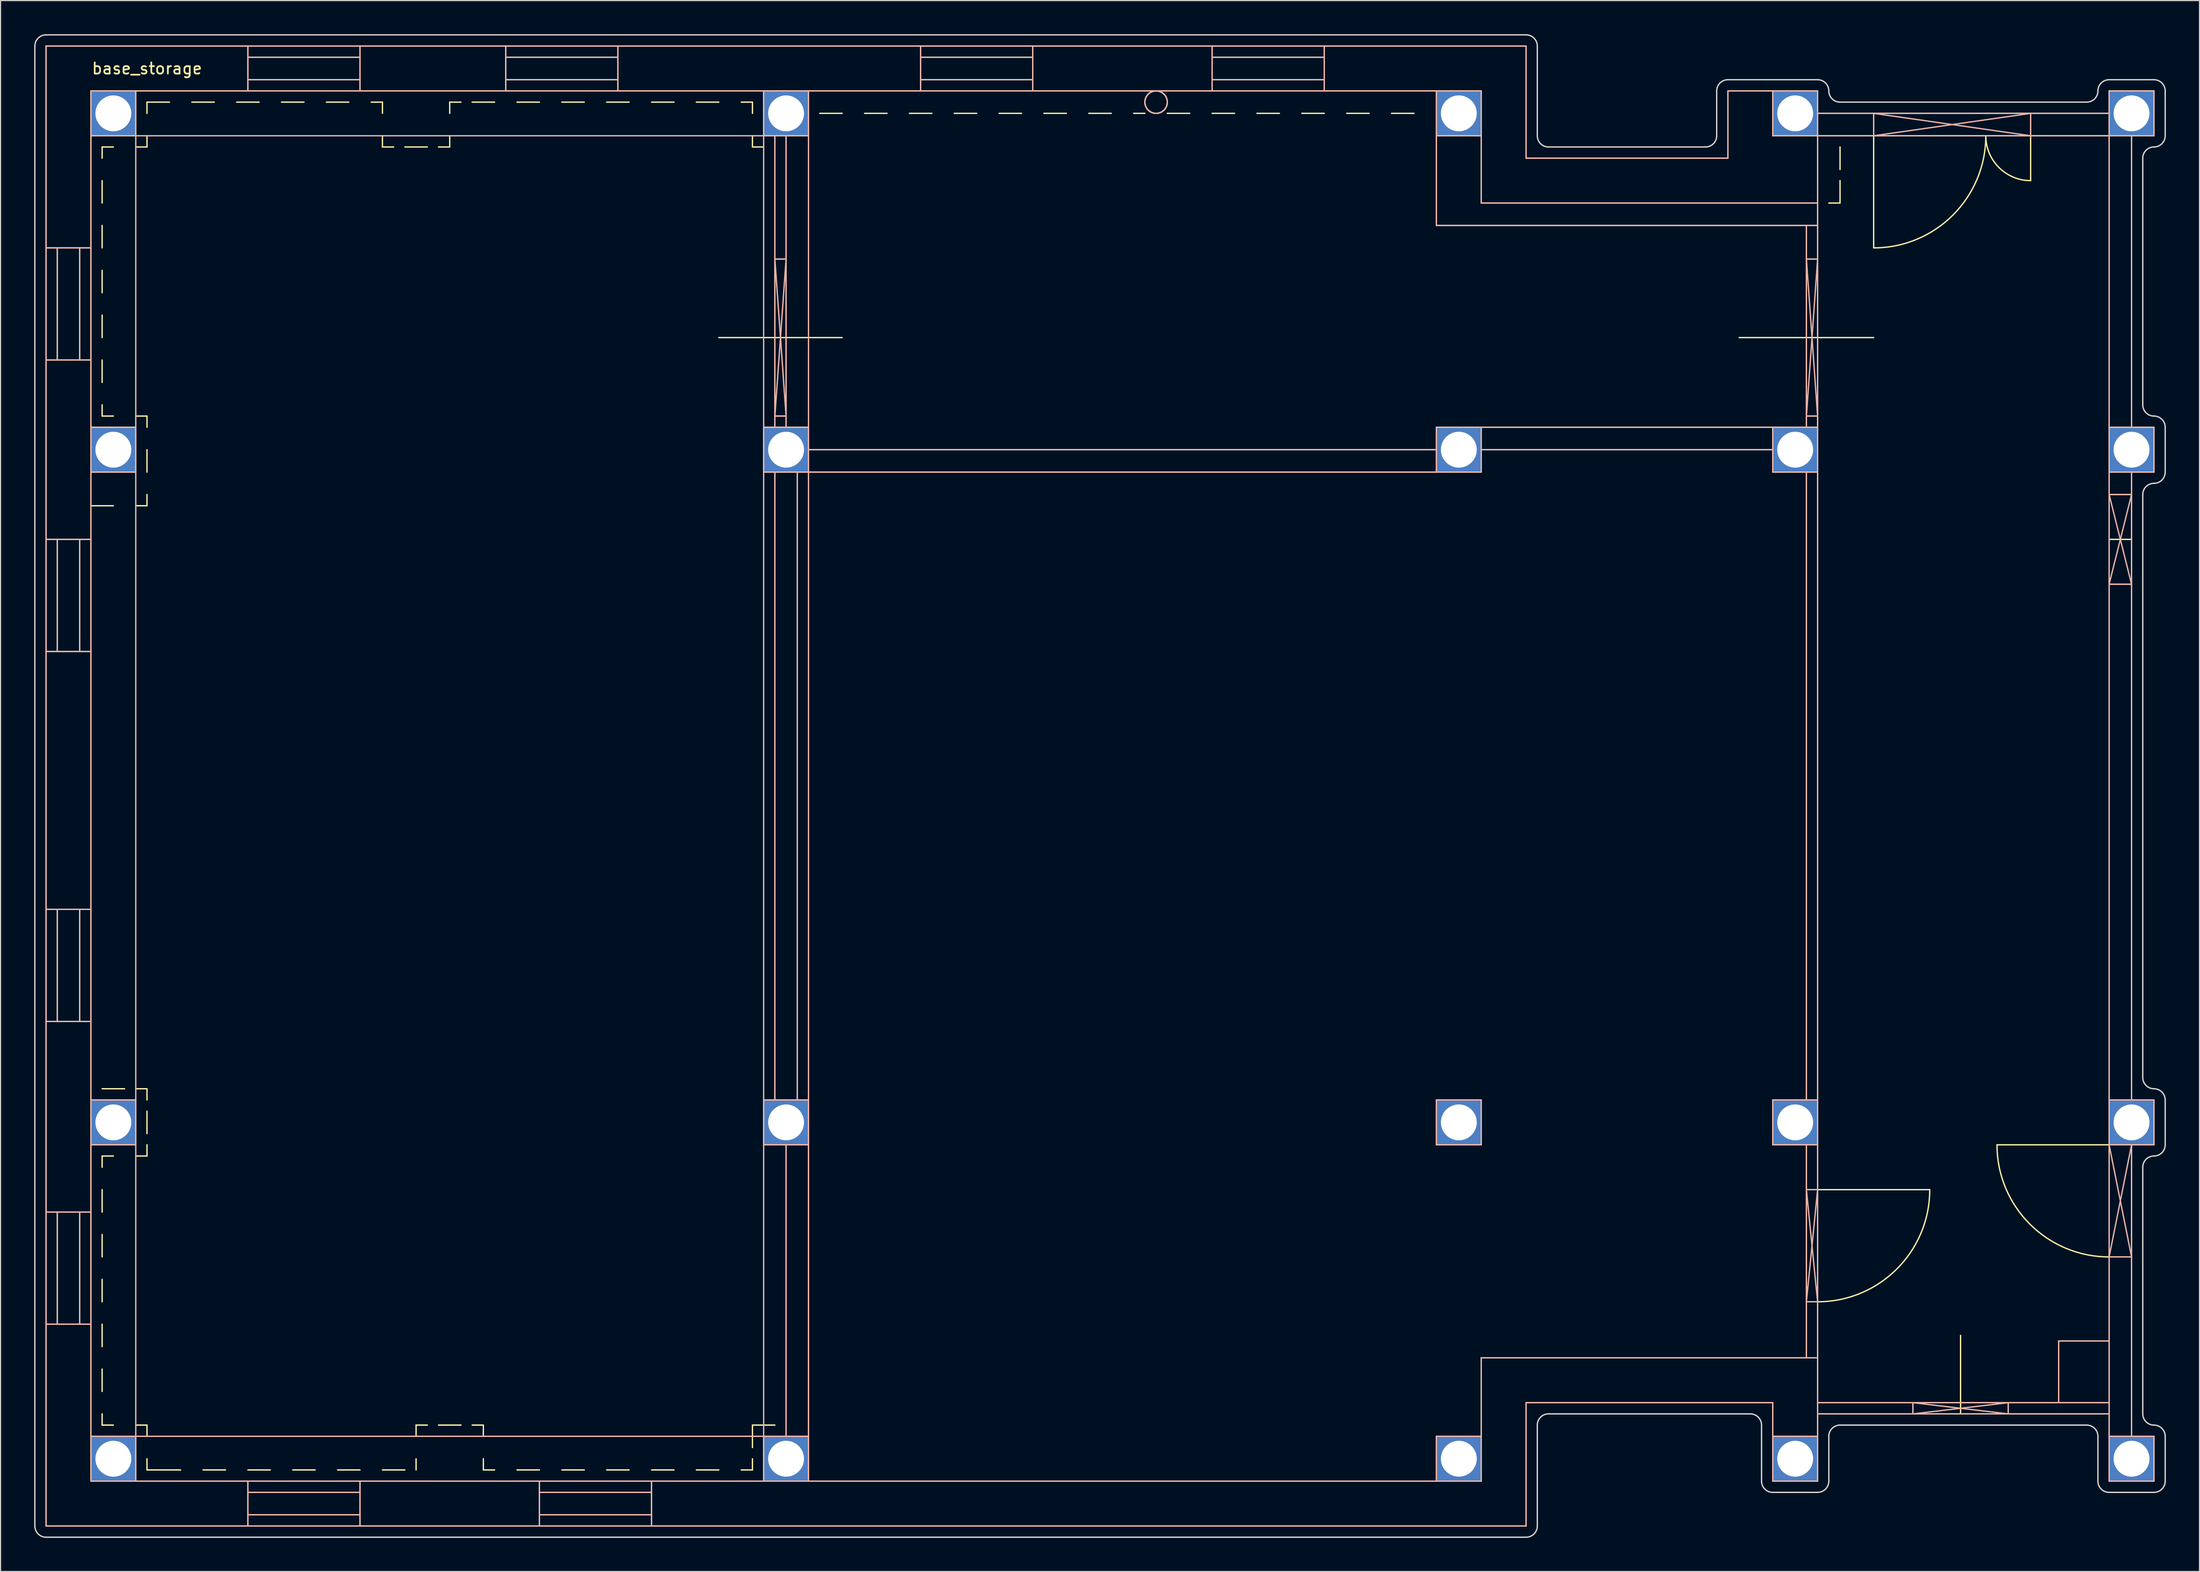
<source format=kicad_pcb>
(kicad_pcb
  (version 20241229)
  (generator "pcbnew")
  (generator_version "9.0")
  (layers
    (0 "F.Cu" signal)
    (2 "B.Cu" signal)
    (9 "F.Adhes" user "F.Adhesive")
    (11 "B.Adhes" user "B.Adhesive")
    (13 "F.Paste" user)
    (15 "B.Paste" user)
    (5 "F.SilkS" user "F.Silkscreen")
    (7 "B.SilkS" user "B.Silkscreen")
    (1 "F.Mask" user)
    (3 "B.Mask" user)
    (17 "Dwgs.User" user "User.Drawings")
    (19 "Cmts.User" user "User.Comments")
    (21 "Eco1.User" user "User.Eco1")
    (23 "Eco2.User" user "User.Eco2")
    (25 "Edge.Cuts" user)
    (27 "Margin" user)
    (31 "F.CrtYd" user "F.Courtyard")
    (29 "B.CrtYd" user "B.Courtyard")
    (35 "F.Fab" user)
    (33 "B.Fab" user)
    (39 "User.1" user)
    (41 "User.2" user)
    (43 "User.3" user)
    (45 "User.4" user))
  (footprint "base_storage"
    (layer "F.Cu")
    (at 5.06 5.06)
    (property "Reference" "base_storage" (at 0 -2 0) (unlocked yes) (layer "F.SilkS") (effects (font (size 1 1) (thickness 0.15)) (justify left)))
    (attr smd)
    (fp_poly (pts (xy 149 35) (xy 152 35) (xy 152 89) (xy 149 89) (xy 149 95) (xy 152 95) (xy 152 112) (xy 123 112) (xy 123 119) (xy 119 119) (xy 119 123) (xy 65 123) (xy 65 89) (xy 65 35) (xy 125 35) (xy 125 33) (xy 149 33)) (stroke (width 0.12) (type solid)) (fill yes) (layer "F.Mask"))
    (fp_line (start -4 -4) (end -4 128) (stroke (width 0.12) (type solid)) (layer "F.SilkS"))
    (fp_line (start -4 14) (end 0 14) (stroke (width 0.12) (type solid)) (layer "F.SilkS"))
    (fp_line (start -4 24) (end 0 24) (stroke (width 0.12) (type solid)) (layer "F.SilkS"))
    (fp_line (start -4 40) (end 0 40) (stroke (width 0.12) (type solid)) (layer "F.SilkS"))
    (fp_line (start -4 50) (end 0 50) (stroke (width 0.12) (type solid)) (layer "F.SilkS"))
    (fp_line (start -4 73) (end 0 73) (stroke (width 0.12) (type solid)) (layer "F.SilkS"))
    (fp_line (start -4 83) (end 0 83) (stroke (width 0.12) (type solid)) (layer "F.SilkS"))
    (fp_line (start -4 110) (end 0 110) (stroke (width 0.12) (type solid)) (layer "F.SilkS"))
    (fp_line (start -4 128) (end 128 128) (stroke (width 0.12) (type solid)) (layer "F.SilkS"))
    (fp_line (start -3 14) (end -3 24) (stroke (width 0.12) (type solid)) (layer "F.SilkS"))
    (fp_line (start -3 40) (end -3 50) (stroke (width 0.12) (type solid)) (layer "F.SilkS"))
    (fp_line (start -3 83) (end -3 73) (stroke (width 0.12) (type solid)) (layer "F.SilkS"))
    (fp_line (start -3 100) (end -3 110) (stroke (width 0.12) (type solid)) (layer "F.SilkS"))
    (fp_line (start -1 14) (end -1 24) (stroke (width 0.12) (type solid)) (layer "F.SilkS"))
    (fp_line (start -1 40) (end -1 50) (stroke (width 0.12) (type solid)) (layer "F.SilkS"))
    (fp_line (start -1 83) (end -1 73) (stroke (width 0.12) (type solid)) (layer "F.SilkS"))
    (fp_line (start -1 110) (end -1 100) (stroke (width 0.12) (type solid)) (layer "F.SilkS"))
    (fp_line (start 0 30) (end 0 4) (stroke (width 0.12) (type solid)) (layer "F.SilkS"))
    (fp_line (start 0 90) (end 0 34) (stroke (width 0.12) (type solid)) (layer "F.SilkS"))
    (fp_line (start 0 94) (end 0 120) (stroke (width 0.12) (type solid)) (layer "F.SilkS"))
    (fp_line (start 0 100) (end -4 100) (stroke (width 0.12) (type solid)) (layer "F.SilkS"))
    (fp_line (start 1 5) (end 1 6) (stroke (width 0.12) (type solid)) (layer "F.SilkS"))
    (fp_line (start 1 8) (end 1 10) (stroke (width 0.12) (type solid)) (layer "F.SilkS"))
    (fp_line (start 1 12) (end 1 14) (stroke (width 0.12) (type solid)) (layer "F.SilkS"))
    (fp_line (start 1 16) (end 1 18) (stroke (width 0.12) (type solid)) (layer "F.SilkS"))
    (fp_line (start 1 20) (end 1 22) (stroke (width 0.12) (type solid)) (layer "F.SilkS"))
    (fp_line (start 1 24) (end 1 26) (stroke (width 0.12) (type solid)) (layer "F.SilkS"))
    (fp_line (start 1 28) (end 1 29) (stroke (width 0.12) (type solid)) (layer "F.SilkS"))
    (fp_line (start 1 29) (end 2 29) (stroke (width 0.12) (type solid)) (layer "F.SilkS"))
    (fp_line (start 1 95) (end 2 95) (stroke (width 0.12) (type solid)) (layer "F.SilkS"))
    (fp_line (start 1 96) (end 1 95) (stroke (width 0.12) (type solid)) (layer "F.SilkS"))
    (fp_line (start 1 100) (end 1 98) (stroke (width 0.12) (type solid)) (layer "F.SilkS"))
    (fp_line (start 1 104) (end 1 102) (stroke (width 0.12) (type solid)) (layer "F.SilkS"))
    (fp_line (start 1 108) (end 1 106) (stroke (width 0.12) (type solid)) (layer "F.SilkS"))
    (fp_line (start 1 112) (end 1 110) (stroke (width 0.12) (type solid)) (layer "F.SilkS"))
    (fp_line (start 1 116) (end 1 114) (stroke (width 0.12) (type solid)) (layer "F.SilkS"))
    (fp_line (start 1 119) (end 1 118) (stroke (width 0.12) (type solid)) (layer "F.SilkS"))
    (fp_line (start 2 5) (end 1 5) (stroke (width 0.12) (type solid)) (layer "F.SilkS"))
    (fp_line (start 2 37) (end 0 37) (stroke (width 0.12) (type solid)) (layer "F.SilkS"))
    (fp_line (start 2 119) (end 1 119) (stroke (width 0.12) (type solid)) (layer "F.SilkS"))
    (fp_line (start 3 89) (end 1 89) (stroke (width 0.12) (type solid)) (layer "F.SilkS"))
    (fp_line (start 4 0) (end 60 0) (stroke (width 0.12) (type solid)) (layer "F.SilkS"))
    (fp_line (start 4 29) (end 5 29) (stroke (width 0.12) (type solid)) (layer "F.SilkS"))
    (fp_line (start 4 95) (end 5 95) (stroke (width 0.12) (type solid)) (layer "F.SilkS"))
    (fp_line (start 4 124) (end 60 124) (stroke (width 0.12) (type solid)) (layer "F.SilkS"))
    (fp_line (start 5 1) (end 5 2) (stroke (width 0.12) (type solid)) (layer "F.SilkS"))
    (fp_line (start 5 4) (end 5 5) (stroke (width 0.12) (type solid)) (layer "F.SilkS"))
    (fp_line (start 5 5) (end 4 5) (stroke (width 0.12) (type solid)) (layer "F.SilkS"))
    (fp_line (start 5 29) (end 5 30) (stroke (width 0.12) (type solid)) (layer "F.SilkS"))
    (fp_line (start 5 32) (end 5 34) (stroke (width 0.12) (type solid)) (layer "F.SilkS"))
    (fp_line (start 5 36) (end 5 37) (stroke (width 0.12) (type solid)) (layer "F.SilkS"))
    (fp_line (start 5 37) (end 4 37) (stroke (width 0.12) (type solid)) (layer "F.SilkS"))
    (fp_line (start 5 89) (end 4 89) (stroke (width 0.12) (type solid)) (layer "F.SilkS"))
    (fp_line (start 5 90) (end 5 89) (stroke (width 0.12) (type solid)) (layer "F.SilkS"))
    (fp_line (start 5 93) (end 5 91) (stroke (width 0.12) (type solid)) (layer "F.SilkS"))
    (fp_line (start 5 95) (end 5 94) (stroke (width 0.12) (type solid)) (layer "F.SilkS"))
    (fp_line (start 5 119) (end 4 119) (stroke (width 0.12) (type solid)) (layer "F.SilkS"))
    (fp_line (start 5 120) (end 5 119) (stroke (width 0.12) (type solid)) (layer "F.SilkS"))
    (fp_line (start 5 123) (end 5 122) (stroke (width 0.12) (type solid)) (layer "F.SilkS"))
    (fp_line (start 7 1) (end 5 1) (stroke (width 0.12) (type solid)) (layer "F.SilkS"))
    (fp_line (start 8 123) (end 5 123) (stroke (width 0.12) (type solid)) (layer "F.SilkS"))
    (fp_line (start 11 1) (end 9 1) (stroke (width 0.12) (type solid)) (layer "F.SilkS"))
    (fp_line (start 12 123) (end 10 123) (stroke (width 0.12) (type solid)) (layer "F.SilkS"))
    (fp_line (start 14 -4) (end 14 0) (stroke (width 0.12) (type solid)) (layer "F.SilkS"))
    (fp_line (start 14 -3) (end 24 -3) (stroke (width 0.12) (type solid)) (layer "F.SilkS"))
    (fp_line (start 14 -1) (end 24 -1) (stroke (width 0.12) (type solid)) (layer "F.SilkS"))
    (fp_line (start 14 124) (end 14 128) (stroke (width 0.12) (type solid)) (layer "F.SilkS"))
    (fp_line (start 14 125) (end 24 125) (stroke (width 0.12) (type solid)) (layer "F.SilkS"))
    (fp_line (start 15 1) (end 13 1) (stroke (width 0.12) (type solid)) (layer "F.SilkS"))
    (fp_line (start 16 123) (end 14 123) (stroke (width 0.12) (type solid)) (layer "F.SilkS"))
    (fp_line (start 19 1) (end 17 1) (stroke (width 0.12) (type solid)) (layer "F.SilkS"))
    (fp_line (start 20 123) (end 18 123) (stroke (width 0.12) (type solid)) (layer "F.SilkS"))
    (fp_line (start 23 1) (end 21 1) (stroke (width 0.12) (type solid)) (layer "F.SilkS"))
    (fp_line (start 24 -4) (end 24 0) (stroke (width 0.12) (type solid)) (layer "F.SilkS"))
    (fp_line (start 24 123) (end 22 123) (stroke (width 0.12) (type solid)) (layer "F.SilkS"))
    (fp_line (start 24 124) (end 24 128) (stroke (width 0.12) (type solid)) (layer "F.SilkS"))
    (fp_line (start 24 127) (end 14 127) (stroke (width 0.12) (type solid)) (layer "F.SilkS"))
    (fp_line (start 26 1) (end 25 1) (stroke (width 0.12) (type solid)) (layer "F.SilkS"))
    (fp_line (start 26 2) (end 26 1) (stroke (width 0.12) (type solid)) (layer "F.SilkS"))
    (fp_line (start 26 5) (end 26 4) (stroke (width 0.12) (type solid)) (layer "F.SilkS"))
    (fp_line (start 27 5) (end 26 5) (stroke (width 0.12) (type solid)) (layer "F.SilkS"))
    (fp_line (start 28 123) (end 26 123) (stroke (width 0.12) (type solid)) (layer "F.SilkS"))
    (fp_line (start 29 119) (end 29 120) (stroke (width 0.12) (type solid)) (layer "F.SilkS"))
    (fp_line (start 29 122) (end 29 123) (stroke (width 0.12) (type solid)) (layer "F.SilkS"))
    (fp_line (start 30 5) (end 28 5) (stroke (width 0.12) (type solid)) (layer "F.SilkS"))
    (fp_line (start 30 119) (end 29 119) (stroke (width 0.12) (type solid)) (layer "F.SilkS"))
    (fp_line (start 32 1) (end 32 2) (stroke (width 0.12) (type solid)) (layer "F.SilkS"))
    (fp_line (start 32 4) (end 32 5) (stroke (width 0.12) (type solid)) (layer "F.SilkS"))
    (fp_line (start 32 5) (end 31 5) (stroke (width 0.12) (type solid)) (layer "F.SilkS"))
    (fp_line (start 33 1) (end 32 1) (stroke (width 0.12) (type solid)) (layer "F.SilkS"))
    (fp_line (start 33 119) (end 31 119) (stroke (width 0.12) (type solid)) (layer "F.SilkS"))
    (fp_line (start 35 119) (end 34 119) (stroke (width 0.12) (type solid)) (layer "F.SilkS"))
    (fp_line (start 35 120) (end 35 119) (stroke (width 0.12) (type solid)) (layer "F.SilkS"))
    (fp_line (start 35 123) (end 35 122) (stroke (width 0.12) (type solid)) (layer "F.SilkS"))
    (fp_line (start 36 1) (end 34 1) (stroke (width 0.12) (type solid)) (layer "F.SilkS"))
    (fp_line (start 36 123) (end 35 123) (stroke (width 0.12) (type solid)) (layer "F.SilkS"))
    (fp_line (start 37 -4) (end 37 0) (stroke (width 0.12) (type solid)) (layer "F.SilkS"))
    (fp_line (start 37 -3) (end 47 -3) (stroke (width 0.12) (type solid)) (layer "F.SilkS"))
    (fp_line (start 37 -1) (end 47 -1) (stroke (width 0.12) (type solid)) (layer "F.SilkS"))
    (fp_line (start 40 1) (end 38 1) (stroke (width 0.12) (type solid)) (layer "F.SilkS"))
    (fp_line (start 40 123) (end 38 123) (stroke (width 0.12) (type solid)) (layer "F.SilkS"))
    (fp_line (start 40 124) (end 40 128) (stroke (width 0.12) (type solid)) (layer "F.SilkS"))
    (fp_line (start 40 125) (end 50 125) (stroke (width 0.12) (type solid)) (layer "F.SilkS"))
    (fp_line (start 44 1) (end 42 1) (stroke (width 0.12) (type solid)) (layer "F.SilkS"))
    (fp_line (start 44 123) (end 42 123) (stroke (width 0.12) (type solid)) (layer "F.SilkS"))
    (fp_line (start 47 -4) (end 47 0) (stroke (width 0.12) (type solid)) (layer "F.SilkS"))
    (fp_line (start 48 1) (end 46 1) (stroke (width 0.12) (type solid)) (layer "F.SilkS"))
    (fp_line (start 48 123) (end 46 123) (stroke (width 0.12) (type solid)) (layer "F.SilkS"))
    (fp_line (start 50 124) (end 50 128) (stroke (width 0.12) (type solid)) (layer "F.SilkS"))
    (fp_line (start 50 127) (end 40 127) (stroke (width 0.12) (type solid)) (layer "F.SilkS"))
    (fp_line (start 52 1) (end 50 1) (stroke (width 0.12) (type solid)) (layer "F.SilkS"))
    (fp_line (start 52 123) (end 50 123) (stroke (width 0.12) (type solid)) (layer "F.SilkS"))
    (fp_line (start 56 1) (end 54 1) (stroke (width 0.12) (type solid)) (layer "F.SilkS"))
    (fp_line (start 56 22) (end 67 22) (stroke (width 0.12) (type solid)) (layer "F.SilkS"))
    (fp_line (start 56 123) (end 54 123) (stroke (width 0.12) (type solid)) (layer "F.SilkS"))
    (fp_line (start 59 1) (end 58 1) (stroke (width 0.12) (type solid)) (layer "F.SilkS"))
    (fp_line (start 59 2) (end 59 1) (stroke (width 0.12) (type solid)) (layer "F.SilkS"))
    (fp_line (start 59 5) (end 59 4) (stroke (width 0.12) (type solid)) (layer "F.SilkS"))
    (fp_line (start 59 119) (end 59 121) (stroke (width 0.12) (type solid)) (layer "F.SilkS"))
    (fp_line (start 59 122) (end 59 123) (stroke (width 0.12) (type solid)) (layer "F.SilkS"))
    (fp_line (start 59 123) (end 58 123) (stroke (width 0.12) (type solid)) (layer "F.SilkS"))
    (fp_line (start 60 5) (end 59 5) (stroke (width 0.12) (type solid)) (layer "F.SilkS"))
    (fp_line (start 61 4) (end 61 30) (stroke (width 0.12) (type solid)) (layer "F.SilkS"))
    (fp_line (start 61 29) (end 62 29) (stroke (width 0.12) (type solid)) (layer "F.SilkS"))
    (fp_line (start 61 34) (end 61 90) (stroke (width 0.12) (type solid)) (layer "F.SilkS"))
    (fp_line (start 61 119) (end 59 119) (stroke (width 0.12) (type solid)) (layer "F.SilkS"))
    (fp_line (start 62 15) (end 61 15) (stroke (width 0.12) (type solid)) (layer "F.SilkS"))
    (fp_line (start 62 30) (end 62 4) (stroke (width 0.12) (type solid)) (layer "F.SilkS"))
    (fp_line (start 62 94) (end 62 120) (stroke (width 0.12) (type solid)) (layer "F.SilkS"))
    (fp_line (start 63 90) (end 63 34) (stroke (width 0.12) (type solid)) (layer "F.SilkS"))
    (fp_line (start 64 0) (end 120 0) (stroke (width 0.12) (type solid)) (layer "F.SilkS"))
    (fp_line (start 64 34) (end 120 34) (stroke (width 0.12) (type solid)) (layer "F.SilkS"))
    (fp_line (start 64 120) (end 64 94) (stroke (width 0.12) (type solid)) (layer "F.SilkS"))
    (fp_line (start 64 124) (end 120 124) (stroke (width 0.12) (type solid)) (layer "F.SilkS"))
    (fp_line (start 65 2) (end 67 2) (stroke (width 0.12) (type solid)) (layer "F.SilkS"))
    (fp_line (start 69 2) (end 71 2) (stroke (width 0.12) (type solid)) (layer "F.SilkS"))
    (fp_line (start 73 2) (end 75 2) (stroke (width 0.12) (type solid)) (layer "F.SilkS"))
    (fp_line (start 74 -4) (end 74 0) (stroke (width 0.12) (type solid)) (layer "F.SilkS"))
    (fp_line (start 74 -3) (end 84 -3) (stroke (width 0.12) (type solid)) (layer "F.SilkS"))
    (fp_line (start 74 -1) (end 84 -1) (stroke (width 0.12) (type solid)) (layer "F.SilkS"))
    (fp_line (start 77 2) (end 79 2) (stroke (width 0.12) (type solid)) (layer "F.SilkS"))
    (fp_line (start 81 2) (end 83 2) (stroke (width 0.12) (type solid)) (layer "F.SilkS"))
    (fp_line (start 84 -4) (end 84 0) (stroke (width 0.12) (type solid)) (layer "F.SilkS"))
    (fp_line (start 85 2) (end 87 2) (stroke (width 0.12) (type solid)) (layer "F.SilkS"))
    (fp_line (start 89 2) (end 91 2) (stroke (width 0.12) (type solid)) (layer "F.SilkS"))
    (fp_line (start 93 2) (end 94 2) (stroke (width 0.12) (type solid)) (layer "F.SilkS"))
    (fp_line (start 98 2) (end 96 2) (stroke (width 0.12) (type solid)) (layer "F.SilkS"))
    (fp_line (start 100 -4) (end 100 0) (stroke (width 0.12) (type solid)) (layer "F.SilkS"))
    (fp_line (start 100 -3) (end 110 -3) (stroke (width 0.12) (type solid)) (layer "F.SilkS"))
    (fp_line (start 100 -1) (end 110 -1) (stroke (width 0.12) (type solid)) (layer "F.SilkS"))
    (fp_line (start 102 2) (end 100 2) (stroke (width 0.12) (type solid)) (layer "F.SilkS"))
    (fp_line (start 106 2) (end 104 2) (stroke (width 0.12) (type solid)) (layer "F.SilkS"))
    (fp_line (start 110 -4) (end 110 0) (stroke (width 0.12) (type solid)) (layer "F.SilkS"))
    (fp_line (start 110 2) (end 108 2) (stroke (width 0.12) (type solid)) (layer "F.SilkS"))
    (fp_line (start 114 2) (end 112 2) (stroke (width 0.12) (type solid)) (layer "F.SilkS"))
    (fp_line (start 118 2) (end 116 2) (stroke (width 0.12) (type solid)) (layer "F.SilkS"))
    (fp_line (start 120 4) (end 120 12) (stroke (width 0.12) (type solid)) (layer "F.SilkS"))
    (fp_line (start 120 12) (end 154 12) (stroke (width 0.12) (type solid)) (layer "F.SilkS"))
    (fp_line (start 120 32) (end 64 32) (stroke (width 0.12) (type solid)) (layer "F.SilkS"))
    (fp_line (start 124 4) (end 124 10) (stroke (width 0.12) (type solid)) (layer "F.SilkS"))
    (fp_line (start 124 10) (end 154 10) (stroke (width 0.12) (type solid)) (layer "F.SilkS"))
    (fp_line (start 124 32) (end 150 32) (stroke (width 0.12) (type solid)) (layer "F.SilkS"))
    (fp_line (start 124 113) (end 154 113) (stroke (width 0.12) (type solid)) (layer "F.SilkS"))
    (fp_line (start 124 120) (end 124 113) (stroke (width 0.12) (type solid)) (layer "F.SilkS"))
    (fp_line (start 128 -4) (end -4 -4) (stroke (width 0.12) (type solid)) (layer "F.SilkS"))
    (fp_line (start 128 -4) (end 128 6) (stroke (width 0.12) (type solid)) (layer "F.SilkS"))
    (fp_line (start 128 6) (end 146 6) (stroke (width 0.12) (type solid)) (layer "F.SilkS"))
    (fp_line (start 128 117) (end 150 117) (stroke (width 0.12) (type solid)) (layer "F.SilkS"))
    (fp_line (start 128 128) (end 128 117) (stroke (width 0.12) (type solid)) (layer "F.SilkS"))
    (fp_line (start 146 6) (end 146 0) (stroke (width 0.12) (type solid)) (layer "F.SilkS"))
    (fp_line (start 147 22) (end 159 22) (stroke (width 0.12) (type solid)) (layer "F.SilkS"))
    (fp_line (start 150 0) (end 146 0) (stroke (width 0.12) (type solid)) (layer "F.SilkS"))
    (fp_line (start 150 30) (end 124 30) (stroke (width 0.12) (type solid)) (layer "F.SilkS"))
    (fp_line (start 150 117) (end 150 120) (stroke (width 0.12) (type solid)) (layer "F.SilkS"))
    (fp_line (start 153 12) (end 153 30) (stroke (width 0.12) (type solid)) (layer "F.SilkS"))
    (fp_line (start 153 29) (end 154 29) (stroke (width 0.12) (type solid)) (layer "F.SilkS"))
    (fp_line (start 153 34) (end 153 90) (stroke (width 0.12) (type solid)) (layer "F.SilkS"))
    (fp_line (start 153 94) (end 153 113) (stroke (width 0.12) (type solid)) (layer "F.SilkS"))
    (fp_line (start 153 98) (end 154 98) (stroke (width 0.12) (type solid)) (layer "F.SilkS"))
    (fp_line (start 154 2) (end 180 2) (stroke (width 0.12) (type solid)) (layer "F.SilkS"))
    (fp_line (start 154 4) (end 180 4) (stroke (width 0.12) (type solid)) (layer "F.SilkS"))
    (fp_line (start 154 15) (end 153 15) (stroke (width 0.12) (type solid)) (layer "F.SilkS"))
    (fp_line (start 154 30) (end 154 4) (stroke (width 0.12) (type solid)) (layer "F.SilkS"))
    (fp_line (start 154 34) (end 154 90) (stroke (width 0.12) (type solid)) (layer "F.SilkS"))
    (fp_line (start 154 98) (end 164 98) (stroke (width 0.12) (type solid)) (layer "F.SilkS"))
    (fp_line (start 154 108) (end 153 108) (stroke (width 0.12) (type solid)) (layer "F.SilkS"))
    (fp_line (start 154 117) (end 180 117) (stroke (width 0.12) (type solid)) (layer "F.SilkS"))
    (fp_line (start 154 118) (end 180 118) (stroke (width 0.12) (type solid)) (layer "F.SilkS"))
    (fp_line (start 154 120) (end 154 94) (stroke (width 0.12) (type solid)) (layer "F.SilkS"))
    (fp_line (start 155 10) (end 156 10) (stroke (width 0.12) (type solid)) (layer "F.SilkS"))
    (fp_line (start 156 7) (end 156 5) (stroke (width 0.12) (type solid)) (layer "F.SilkS"))
    (fp_line (start 156 10) (end 156 8) (stroke (width 0.12) (type solid)) (layer "F.SilkS"))
    (fp_line (start 159 2) (end 159 4) (stroke (width 0.12) (type solid)) (layer "F.SilkS"))
    (fp_line (start 159 14) (end 159 4) (stroke (width 0.12) (type solid)) (layer "F.SilkS"))
    (fp_line (start 162.5 118) (end 162.5 117) (stroke (width 0.12) (type solid)) (layer "F.SilkS"))
    (fp_line (start 166.75 111) (end 166.75 117) (stroke (width 0.12) (type solid)) (layer "F.SilkS"))
    (fp_line (start 166.75 117) (end 166.75 118) (stroke (width 0.12) (type solid)) (layer "F.SilkS"))
    (fp_line (start 171 117) (end 171 118) (stroke (width 0.12) (type solid)) (layer "F.SilkS"))
    (fp_line (start 173 2) (end 173 4) (stroke (width 0.12) (type solid)) (layer "F.SilkS"))
    (fp_line (start 173 4) (end 173 8) (stroke (width 0.12) (type solid)) (layer "F.SilkS"))
    (fp_line (start 175.5 111.5) (end 180 111.5) (stroke (width 0.12) (type solid)) (layer "F.SilkS"))
    (fp_line (start 175.5 117) (end 175.5 111.5) (stroke (width 0.12) (type solid)) (layer "F.SilkS"))
    (fp_line (start 180 4) (end 180 30) (stroke (width 0.12) (type solid)) (layer "F.SilkS"))
    (fp_line (start 180 36) (end 182 36) (stroke (width 0.12) (type solid)) (layer "F.SilkS"))
    (fp_line (start 180 40) (end 182 40) (stroke (width 0.12) (type solid)) (layer "F.SilkS"))
    (fp_line (start 180 44) (end 182 44) (stroke (width 0.12) (type solid)) (layer "F.SilkS"))
    (fp_line (start 180 90) (end 180 34) (stroke (width 0.12) (type solid)) (layer "F.SilkS"))
    (fp_line (start 180 94) (end 170 94) (stroke (width 0.12) (type solid)) (layer "F.SilkS"))
    (fp_line (start 180 94) (end 180 120) (stroke (width 0.12) (type solid)) (layer "F.SilkS"))
    (fp_line (start 180 104) (end 182 104) (stroke (width 0.12) (type solid)) (layer "F.SilkS"))
    (fp_line (start 182 30) (end 182 4) (stroke (width 0.12) (type solid)) (layer "F.SilkS"))
    (fp_line (start 182 34) (end 182 90) (stroke (width 0.12) (type solid)) (layer "F.SilkS"))
    (fp_line (start 182 120) (end 182 94) (stroke (width 0.12) (type solid)) (layer "F.SilkS"))
    (fp_rect (start 0 0) (end 4 4) (stroke (width 0.12) (type solid)) (fill no) (layer "F.SilkS"))
    (fp_rect (start 0 30) (end 4 34) (stroke (width 0.12) (type solid)) (fill no) (layer "F.SilkS"))
    (fp_rect (start 0 90) (end 4 94) (stroke (width 0.12) (type solid)) (fill no) (layer "F.SilkS"))
    (fp_rect (start 0 120) (end 4 124) (stroke (width 0.12) (type solid)) (fill no) (layer "F.SilkS"))
    (fp_rect (start 60 0) (end 64 4) (stroke (width 0.12) (type solid)) (fill no) (layer "F.SilkS"))
    (fp_rect (start 60 30) (end 64 34) (stroke (width 0.12) (type solid)) (fill no) (layer "F.SilkS"))
    (fp_rect (start 60 90) (end 64 94) (stroke (width 0.12) (type solid)) (fill no) (layer "F.SilkS"))
    (fp_rect (start 60 120) (end 64 124) (stroke (width 0.12) (type solid)) (fill no) (layer "F.SilkS"))
    (fp_rect (start 120 0) (end 124 4) (stroke (width 0.12) (type solid)) (fill no) (layer "F.SilkS"))
    (fp_rect (start 120 30) (end 124 34) (stroke (width 0.12) (type solid)) (fill no) (layer "F.SilkS"))
    (fp_rect (start 120 90) (end 124 94) (stroke (width 0.12) (type solid)) (fill no) (layer "F.SilkS"))
    (fp_rect (start 120 120) (end 124 124) (stroke (width 0.12) (type solid)) (fill no) (layer "F.SilkS"))
    (fp_rect (start 150 0) (end 154 4) (stroke (width 0.12) (type solid)) (fill no) (layer "F.SilkS"))
    (fp_rect (start 150 30) (end 154 34) (stroke (width 0.12) (type solid)) (fill no) (layer "F.SilkS"))
    (fp_rect (start 150 90) (end 154 94) (stroke (width 0.12) (type solid)) (fill no) (layer "F.SilkS"))
    (fp_rect (start 150 120) (end 154 124) (stroke (width 0.12) (type solid)) (fill no) (layer "F.SilkS"))
    (fp_rect (start 180 0) (end 184 4) (stroke (width 0.12) (type solid)) (fill no) (layer "F.SilkS"))
    (fp_rect (start 180 30) (end 184 34) (stroke (width 0.12) (type solid)) (fill no) (layer "F.SilkS"))
    (fp_rect (start 180 90) (end 184 94) (stroke (width 0.12) (type solid)) (fill no) (layer "F.SilkS"))
    (fp_rect (start 180 120) (end 184 124) (stroke (width 0.12) (type solid)) (fill no) (layer "F.SilkS"))
    (fp_arc (start 164 98) (mid 161.071068 105.071068) (end 154 108) (stroke (width 0.12) (type solid)) (layer "F.SilkS"))
    (fp_arc (start 169 4) (mid 166.071068 11.071068) (end 159 14) (stroke (width 0.12) (type solid)) (layer "F.SilkS"))
    (fp_arc (start 173 8) (mid 170.171573 6.828427) (end 169 4) (stroke (width 0.12) (type solid)) (layer "F.SilkS"))
    (fp_arc (start 180 104) (mid 172.928932 101.071068) (end 170 94) (stroke (width 0.12) (type solid)) (layer "F.SilkS"))
    (fp_circle (center 95 1) (end 96 1) (stroke (width 0.12) (type solid)) (fill no) (layer "F.SilkS"))
    (fp_line (start -4 -4) (end 128 -4) (stroke (width 0.12) (type solid)) (layer "B.SilkS"))
    (fp_line (start -4 24) (end 0 24) (stroke (width 0.12) (type solid)) (layer "B.SilkS"))
    (fp_line (start -4 50) (end 0 50) (stroke (width 0.12) (type solid)) (layer "B.SilkS"))
    (fp_line (start -4 83) (end 0 83) (stroke (width 0.12) (type solid)) (layer "B.SilkS"))
    (fp_line (start -4 100) (end 0 100) (stroke (width 0.12) (type solid)) (layer "B.SilkS"))
    (fp_line (start -4 128) (end -4 -4) (stroke (width 0.12) (type solid)) (layer "B.SilkS"))
    (fp_line (start -3 24) (end -3 14) (stroke (width 0.12) (type solid)) (layer "B.SilkS"))
    (fp_line (start -3 50) (end -3 40) (stroke (width 0.12) (type solid)) (layer "B.SilkS"))
    (fp_line (start -3 83) (end -3 73) (stroke (width 0.12) (type solid)) (layer "B.SilkS"))
    (fp_line (start -3 110) (end -3 100) (stroke (width 0.12) (type solid)) (layer "B.SilkS"))
    (fp_line (start -1 24) (end -1 14) (stroke (width 0.12) (type solid)) (layer "B.SilkS"))
    (fp_line (start -1 50) (end -1 40) (stroke (width 0.12) (type solid)) (layer "B.SilkS"))
    (fp_line (start -1 83) (end -1 73) (stroke (width 0.12) (type solid)) (layer "B.SilkS"))
    (fp_line (start -1 110) (end -1 100) (stroke (width 0.12) (type solid)) (layer "B.SilkS"))
    (fp_line (start 0 0) (end 4 0) (stroke (width 0.12) (type solid)) (layer "B.SilkS"))
    (fp_line (start 0 4) (end 0 0) (stroke (width 0.12) (type solid)) (layer "B.SilkS"))
    (fp_line (start 0 4) (end 0 30) (stroke (width 0.12) (type solid)) (layer "B.SilkS"))
    (fp_line (start 0 14) (end -4 14) (stroke (width 0.12) (type solid)) (layer "B.SilkS"))
    (fp_line (start 0 30) (end 4 30) (stroke (width 0.12) (type solid)) (layer "B.SilkS"))
    (fp_line (start 0 34) (end 0 30) (stroke (width 0.12) (type solid)) (layer "B.SilkS"))
    (fp_line (start 0 34) (end 0 90) (stroke (width 0.12) (type solid)) (layer "B.SilkS"))
    (fp_line (start 0 40) (end -4 40) (stroke (width 0.12) (type solid)) (layer "B.SilkS"))
    (fp_line (start 0 73) (end -4 73) (stroke (width 0.12) (type solid)) (layer "B.SilkS"))
    (fp_line (start 0 90) (end 4 90) (stroke (width 0.12) (type solid)) (layer "B.SilkS"))
    (fp_line (start 0 94) (end 0 90) (stroke (width 0.12) (type solid)) (layer "B.SilkS"))
    (fp_line (start 0 94) (end 0 120) (stroke (width 0.12) (type solid)) (layer "B.SilkS"))
    (fp_line (start 0 110) (end -4 110) (stroke (width 0.12) (type solid)) (layer "B.SilkS"))
    (fp_line (start 0 120) (end 4 120) (stroke (width 0.12) (type solid)) (layer "B.SilkS"))
    (fp_line (start 0 124) (end 0 120) (stroke (width 0.12) (type solid)) (layer "B.SilkS"))
    (fp_line (start 4 0) (end 4 4) (stroke (width 0.12) (type solid)) (layer "B.SilkS"))
    (fp_line (start 4 4) (end 0 4) (stroke (width 0.12) (type solid)) (layer "B.SilkS"))
    (fp_line (start 4 4) (end 60 4) (stroke (width 0.12) (type solid)) (layer "B.SilkS"))
    (fp_line (start 4 30) (end 4 4) (stroke (width 0.12) (type solid)) (layer "B.SilkS"))
    (fp_line (start 4 30) (end 4 34) (stroke (width 0.12) (type solid)) (layer "B.SilkS"))
    (fp_line (start 4 34) (end 0 34) (stroke (width 0.12) (type solid)) (layer "B.SilkS"))
    (fp_line (start 4 90) (end 4 34) (stroke (width 0.12) (type solid)) (layer "B.SilkS"))
    (fp_line (start 4 90) (end 4 94) (stroke (width 0.12) (type solid)) (layer "B.SilkS"))
    (fp_line (start 4 94) (end 0 94) (stroke (width 0.12) (type solid)) (layer "B.SilkS"))
    (fp_line (start 4 120) (end 4 94) (stroke (width 0.12) (type solid)) (layer "B.SilkS"))
    (fp_line (start 4 120) (end 4 124) (stroke (width 0.12) (type solid)) (layer "B.SilkS"))
    (fp_line (start 4 124) (end 0 124) (stroke (width 0.12) (type solid)) (layer "B.SilkS"))
    (fp_line (start 4 124) (end 60 124) (stroke (width 0.12) (type solid)) (layer "B.SilkS"))
    (fp_line (start 14 -3) (end 24 -3) (stroke (width 0.12) (type solid)) (layer "B.SilkS"))
    (fp_line (start 14 -1) (end 24 -1) (stroke (width 0.12) (type solid)) (layer "B.SilkS"))
    (fp_line (start 14 0) (end 14 -4) (stroke (width 0.12) (type solid)) (layer "B.SilkS"))
    (fp_line (start 14 124) (end 14 128) (stroke (width 0.12) (type solid)) (layer "B.SilkS"))
    (fp_line (start 24 -4) (end 24 0) (stroke (width 0.12) (type solid)) (layer "B.SilkS"))
    (fp_line (start 24 124) (end 24 128) (stroke (width 0.12) (type solid)) (layer "B.SilkS"))
    (fp_line (start 24 125) (end 14 125) (stroke (width 0.12) (type solid)) (layer "B.SilkS"))
    (fp_line (start 24 127) (end 14 127) (stroke (width 0.12) (type solid)) (layer "B.SilkS"))
    (fp_line (start 37 -3) (end 47 -3) (stroke (width 0.12) (type solid)) (layer "B.SilkS"))
    (fp_line (start 37 -1) (end 47 -1) (stroke (width 0.12) (type solid)) (layer "B.SilkS"))
    (fp_line (start 37 0) (end 37 -4) (stroke (width 0.12) (type solid)) (layer "B.SilkS"))
    (fp_line (start 40 128) (end 40 124) (stroke (width 0.12) (type solid)) (layer "B.SilkS"))
    (fp_line (start 47 0) (end 47 -4) (stroke (width 0.12) (type solid)) (layer "B.SilkS"))
    (fp_line (start 50 124) (end 50 128) (stroke (width 0.12) (type solid)) (layer "B.SilkS"))
    (fp_line (start 50 125) (end 40 125) (stroke (width 0.12) (type solid)) (layer "B.SilkS"))
    (fp_line (start 50 127) (end 40 127) (stroke (width 0.12) (type solid)) (layer "B.SilkS"))
    (fp_line (start 60 0) (end 4 0) (stroke (width 0.12) (type solid)) (layer "B.SilkS"))
    (fp_line (start 60 0) (end 64 0) (stroke (width 0.12) (type solid)) (layer "B.SilkS"))
    (fp_line (start 60 4) (end 60 0) (stroke (width 0.12) (type solid)) (layer "B.SilkS"))
    (fp_line (start 60 4) (end 60 30) (stroke (width 0.12) (type solid)) (layer "B.SilkS"))
    (fp_line (start 60 30) (end 64 30) (stroke (width 0.12) (type solid)) (layer "B.SilkS"))
    (fp_line (start 60 34) (end 60 30) (stroke (width 0.12) (type solid)) (layer "B.SilkS"))
    (fp_line (start 60 34) (end 60 90) (stroke (width 0.12) (type solid)) (layer "B.SilkS"))
    (fp_line (start 60 90) (end 64 90) (stroke (width 0.12) (type solid)) (layer "B.SilkS"))
    (fp_line (start 60 94) (end 60 90) (stroke (width 0.12) (type solid)) (layer "B.SilkS"))
    (fp_line (start 60 120) (end 4 120) (stroke (width 0.12) (type solid)) (layer "B.SilkS"))
    (fp_line (start 60 120) (end 60 94) (stroke (width 0.12) (type solid)) (layer "B.SilkS"))
    (fp_line (start 60 120) (end 64 120) (stroke (width 0.12) (type solid)) (layer "B.SilkS"))
    (fp_line (start 60 124) (end 60 120) (stroke (width 0.12) (type solid)) (layer "B.SilkS"))
    (fp_line (start 61 4) (end 61 30) (stroke (width 0.12) (type solid)) (layer "B.SilkS"))
    (fp_line (start 61 15) (end 62 29) (stroke (width 0.12) (type solid)) (layer "B.SilkS"))
    (fp_line (start 61 29) (end 62 15) (stroke (width 0.12) (type solid)) (layer "B.SilkS"))
    (fp_line (start 61 90) (end 61 34) (stroke (width 0.12) (type solid)) (layer "B.SilkS"))
    (fp_line (start 62 15) (end 61 15) (stroke (width 0.12) (type solid)) (layer "B.SilkS"))
    (fp_line (start 62 29) (end 61 29) (stroke (width 0.12) (type solid)) (layer "B.SilkS"))
    (fp_line (start 62 30) (end 62 4) (stroke (width 0.12) (type solid)) (layer "B.SilkS"))
    (fp_line (start 62 94) (end 62 120) (stroke (width 0.12) (type solid)) (layer "B.SilkS"))
    (fp_line (start 63 34) (end 63 90) (stroke (width 0.12) (type solid)) (layer "B.SilkS"))
    (fp_line (start 64 0) (end 64 4) (stroke (width 0.12) (type solid)) (layer "B.SilkS"))
    (fp_line (start 64 0) (end 120 0) (stroke (width 0.12) (type solid)) (layer "B.SilkS"))
    (fp_line (start 64 4) (end 60 4) (stroke (width 0.12) (type solid)) (layer "B.SilkS"))
    (fp_line (start 64 30) (end 64 4) (stroke (width 0.12) (type solid)) (layer "B.SilkS"))
    (fp_line (start 64 30) (end 64 34) (stroke (width 0.12) (type solid)) (layer "B.SilkS"))
    (fp_line (start 64 34) (end 60 34) (stroke (width 0.12) (type solid)) (layer "B.SilkS"))
    (fp_line (start 64 34) (end 64 90) (stroke (width 0.12) (type solid)) (layer "B.SilkS"))
    (fp_line (start 64 34) (end 120 34) (stroke (width 0.12) (type solid)) (layer "B.SilkS"))
    (fp_line (start 64 90) (end 64 94) (stroke (width 0.12) (type solid)) (layer "B.SilkS"))
    (fp_line (start 64 94) (end 60 94) (stroke (width 0.12) (type solid)) (layer "B.SilkS"))
    (fp_line (start 64 94) (end 64 120) (stroke (width 0.12) (type solid)) (layer "B.SilkS"))
    (fp_line (start 64 120) (end 64 124) (stroke (width 0.12) (type solid)) (layer "B.SilkS"))
    (fp_line (start 64 124) (end 60 124) (stroke (width 0.12) (type solid)) (layer "B.SilkS"))
    (fp_line (start 64 124) (end 120 124) (stroke (width 0.12) (type solid)) (layer "B.SilkS"))
    (fp_line (start 74 -3) (end 84 -3) (stroke (width 0.12) (type solid)) (layer "B.SilkS"))
    (fp_line (start 74 -1) (end 84 -1) (stroke (width 0.12) (type solid)) (layer "B.SilkS"))
    (fp_line (start 74 0) (end 74 -4) (stroke (width 0.12) (type solid)) (layer "B.SilkS"))
    (fp_line (start 84 -4) (end 84 0) (stroke (width 0.12) (type solid)) (layer "B.SilkS"))
    (fp_line (start 100 -3) (end 110 -3) (stroke (width 0.12) (type solid)) (layer "B.SilkS"))
    (fp_line (start 100 -1) (end 110 -1) (stroke (width 0.12) (type solid)) (layer "B.SilkS"))
    (fp_line (start 100 0) (end 100 -4) (stroke (width 0.12) (type solid)) (layer "B.SilkS"))
    (fp_line (start 110 -4) (end 110 0) (stroke (width 0.12) (type solid)) (layer "B.SilkS"))
    (fp_line (start 120 0) (end 124 0) (stroke (width 0.12) (type solid)) (layer "B.SilkS"))
    (fp_line (start 120 4) (end 120 0) (stroke (width 0.12) (type solid)) (layer "B.SilkS"))
    (fp_line (start 120 12) (end 120 4) (stroke (width 0.12) (type solid)) (layer "B.SilkS"))
    (fp_line (start 120 30) (end 124 30) (stroke (width 0.12) (type solid)) (layer "B.SilkS"))
    (fp_line (start 120 32) (end 64 32) (stroke (width 0.12) (type solid)) (layer "B.SilkS"))
    (fp_line (start 120 34) (end 120 30) (stroke (width 0.12) (type solid)) (layer "B.SilkS"))
    (fp_line (start 120 90) (end 124 90) (stroke (width 0.12) (type solid)) (layer "B.SilkS"))
    (fp_line (start 120 94) (end 120 90) (stroke (width 0.12) (type solid)) (layer "B.SilkS"))
    (fp_line (start 120 120) (end 124 120) (stroke (width 0.12) (type solid)) (layer "B.SilkS"))
    (fp_line (start 120 124) (end 120 120) (stroke (width 0.12) (type solid)) (layer "B.SilkS"))
    (fp_line (start 124 0) (end 124 4) (stroke (width 0.12) (type solid)) (layer "B.SilkS"))
    (fp_line (start 124 4) (end 120 4) (stroke (width 0.12) (type solid)) (layer "B.SilkS"))
    (fp_line (start 124 4) (end 124 10) (stroke (width 0.12) (type solid)) (layer "B.SilkS"))
    (fp_line (start 124 10) (end 154 10) (stroke (width 0.12) (type solid)) (layer "B.SilkS"))
    (fp_line (start 124 30) (end 124 34) (stroke (width 0.12) (type solid)) (layer "B.SilkS"))
    (fp_line (start 124 32) (end 150 32) (stroke (width 0.12) (type solid)) (layer "B.SilkS"))
    (fp_line (start 124 34) (end 120 34) (stroke (width 0.12) (type solid)) (layer "B.SilkS"))
    (fp_line (start 124 90) (end 124 94) (stroke (width 0.12) (type solid)) (layer "B.SilkS"))
    (fp_line (start 124 94) (end 120 94) (stroke (width 0.12) (type solid)) (layer "B.SilkS"))
    (fp_line (start 124 113) (end 154 113) (stroke (width 0.12) (type solid)) (layer "B.SilkS"))
    (fp_line (start 124 120) (end 124 113) (stroke (width 0.12) (type solid)) (layer "B.SilkS"))
    (fp_line (start 124 120) (end 124 124) (stroke (width 0.12) (type solid)) (layer "B.SilkS"))
    (fp_line (start 124 124) (end 120 124) (stroke (width 0.12) (type solid)) (layer "B.SilkS"))
    (fp_line (start 128 6) (end 128 -4) (stroke (width 0.12) (type solid)) (layer "B.SilkS"))
    (fp_line (start 128 117) (end 128 128) (stroke (width 0.12) (type solid)) (layer "B.SilkS"))
    (fp_line (start 128 128) (end -4 128) (stroke (width 0.12) (type solid)) (layer "B.SilkS"))
    (fp_line (start 146 0) (end 146 6) (stroke (width 0.12) (type solid)) (layer "B.SilkS"))
    (fp_line (start 146 6) (end 128 6) (stroke (width 0.12) (type solid)) (layer "B.SilkS"))
    (fp_line (start 150 0) (end 146 0) (stroke (width 0.12) (type solid)) (layer "B.SilkS"))
    (fp_line (start 150 0) (end 154 0) (stroke (width 0.12) (type solid)) (layer "B.SilkS"))
    (fp_line (start 150 4) (end 150 0) (stroke (width 0.12) (type solid)) (layer "B.SilkS"))
    (fp_line (start 150 30) (end 124 30) (stroke (width 0.12) (type solid)) (layer "B.SilkS"))
    (fp_line (start 150 30) (end 154 30) (stroke (width 0.12) (type solid)) (layer "B.SilkS"))
    (fp_line (start 150 34) (end 150 30) (stroke (width 0.12) (type solid)) (layer "B.SilkS"))
    (fp_line (start 150 90) (end 154 90) (stroke (width 0.12) (type solid)) (layer "B.SilkS"))
    (fp_line (start 150 94) (end 150 90) (stroke (width 0.12) (type solid)) (layer "B.SilkS"))
    (fp_line (start 150 117) (end 128 117) (stroke (width 0.12) (type solid)) (layer "B.SilkS"))
    (fp_line (start 150 120) (end 150 117) (stroke (width 0.12) (type solid)) (layer "B.SilkS"))
    (fp_line (start 150 120) (end 154 120) (stroke (width 0.12) (type solid)) (layer "B.SilkS"))
    (fp_line (start 150 124) (end 150 120) (stroke (width 0.12) (type solid)) (layer "B.SilkS"))
    (fp_line (start 153 15) (end 154 29) (stroke (width 0.12) (type solid)) (layer "B.SilkS"))
    (fp_line (start 153 29) (end 154 15) (stroke (width 0.12) (type solid)) (layer "B.SilkS"))
    (fp_line (start 153 30) (end 153 12) (stroke (width 0.12) (type solid)) (layer "B.SilkS"))
    (fp_line (start 153 34) (end 153 90) (stroke (width 0.12) (type solid)) (layer "B.SilkS"))
    (fp_line (start 153 94) (end 153 113) (stroke (width 0.12) (type solid)) (layer "B.SilkS"))
    (fp_line (start 153 98) (end 154 108) (stroke (width 0.12) (type solid)) (layer "B.SilkS"))
    (fp_line (start 153 108) (end 154 98) (stroke (width 0.12) (type solid)) (layer "B.SilkS"))
    (fp_line (start 153 108) (end 154 108) (stroke (width 0.12) (type solid)) (layer "B.SilkS"))
    (fp_line (start 154 0) (end 154 4) (stroke (width 0.12) (type solid)) (layer "B.SilkS"))
    (fp_line (start 154 2) (end 180 2) (stroke (width 0.12) (type solid)) (layer "B.SilkS"))
    (fp_line (start 154 4) (end 150 4) (stroke (width 0.12) (type solid)) (layer "B.SilkS"))
    (fp_line (start 154 4) (end 154 30) (stroke (width 0.12) (type solid)) (layer "B.SilkS"))
    (fp_line (start 154 4) (end 180 4) (stroke (width 0.12) (type solid)) (layer "B.SilkS"))
    (fp_line (start 154 12) (end 120 12) (stroke (width 0.12) (type solid)) (layer "B.SilkS"))
    (fp_line (start 154 15) (end 153 15) (stroke (width 0.12) (type solid)) (layer "B.SilkS"))
    (fp_line (start 154 29) (end 153 29) (stroke (width 0.12) (type solid)) (layer "B.SilkS"))
    (fp_line (start 154 30) (end 154 34) (stroke (width 0.12) (type solid)) (layer "B.SilkS"))
    (fp_line (start 154 34) (end 150 34) (stroke (width 0.12) (type solid)) (layer "B.SilkS"))
    (fp_line (start 154 90) (end 154 34) (stroke (width 0.12) (type solid)) (layer "B.SilkS"))
    (fp_line (start 154 90) (end 154 94) (stroke (width 0.12) (type solid)) (layer "B.SilkS"))
    (fp_line (start 154 94) (end 150 94) (stroke (width 0.12) (type solid)) (layer "B.SilkS"))
    (fp_line (start 154 98) (end 153 98) (stroke (width 0.12) (type solid)) (layer "B.SilkS"))
    (fp_line (start 154 117) (end 180 117) (stroke (width 0.12) (type solid)) (layer "B.SilkS"))
    (fp_line (start 154 120) (end 154 94) (stroke (width 0.12) (type solid)) (layer "B.SilkS"))
    (fp_line (start 154 120) (end 154 124) (stroke (width 0.12) (type solid)) (layer "B.SilkS"))
    (fp_line (start 154 124) (end 150 124) (stroke (width 0.12) (type solid)) (layer "B.SilkS"))
    (fp_line (start 159 2) (end 173 4) (stroke (width 0.12) (type solid)) (layer "B.SilkS"))
    (fp_line (start 159 4) (end 159 2) (stroke (width 0.12) (type solid)) (layer "B.SilkS"))
    (fp_line (start 162.5 117) (end 162.5 118) (stroke (width 0.12) (type solid)) (layer "B.SilkS"))
    (fp_line (start 162.5 118) (end 171 117) (stroke (width 0.12) (type solid)) (layer "B.SilkS"))
    (fp_line (start 171 117) (end 171 118) (stroke (width 0.12) (type solid)) (layer "B.SilkS"))
    (fp_line (start 171 118) (end 162.5 117) (stroke (width 0.12) (type solid)) (layer "B.SilkS"))
    (fp_line (start 173 2) (end 159 4) (stroke (width 0.12) (type solid)) (layer "B.SilkS"))
    (fp_line (start 173 4) (end 173 2) (stroke (width 0.12) (type solid)) (layer "B.SilkS"))
    (fp_line (start 175.5 111.5) (end 180 111.5) (stroke (width 0.12) (type solid)) (layer "B.SilkS"))
    (fp_line (start 175.5 117) (end 175.5 111.5) (stroke (width 0.12) (type solid)) (layer "B.SilkS"))
    (fp_line (start 180 0) (end 184 0) (stroke (width 0.12) (type solid)) (layer "B.SilkS"))
    (fp_line (start 180 4) (end 180 0) (stroke (width 0.12) (type solid)) (layer "B.SilkS"))
    (fp_line (start 180 30) (end 180 4) (stroke (width 0.12) (type solid)) (layer "B.SilkS"))
    (fp_line (start 180 30) (end 184 30) (stroke (width 0.12) (type solid)) (layer "B.SilkS"))
    (fp_line (start 180 34) (end 180 30) (stroke (width 0.12) (type solid)) (layer "B.SilkS"))
    (fp_line (start 180 36) (end 182 36) (stroke (width 0.12) (type solid)) (layer "B.SilkS"))
    (fp_line (start 180 36) (end 182 44) (stroke (width 0.12) (type solid)) (layer "B.SilkS"))
    (fp_line (start 180 44) (end 182 36) (stroke (width 0.12) (type solid)) (layer "B.SilkS"))
    (fp_line (start 180 44) (end 182 44) (stroke (width 0.12) (type solid)) (layer "B.SilkS"))
    (fp_line (start 180 90) (end 180 34) (stroke (width 0.12) (type solid)) (layer "B.SilkS"))
    (fp_line (start 180 90) (end 184 90) (stroke (width 0.12) (type solid)) (layer "B.SilkS"))
    (fp_line (start 180 94) (end 180 90) (stroke (width 0.12) (type solid)) (layer "B.SilkS"))
    (fp_line (start 180 104) (end 182 94) (stroke (width 0.12) (type solid)) (layer "B.SilkS"))
    (fp_line (start 180 118) (end 154 118) (stroke (width 0.12) (type solid)) (layer "B.SilkS"))
    (fp_line (start 180 120) (end 180 94) (stroke (width 0.12) (type solid)) (layer "B.SilkS"))
    (fp_line (start 180 120) (end 184 120) (stroke (width 0.12) (type solid)) (layer "B.SilkS"))
    (fp_line (start 180 124) (end 180 120) (stroke (width 0.12) (type solid)) (layer "B.SilkS"))
    (fp_line (start 182 4) (end 182 30) (stroke (width 0.12) (type solid)) (layer "B.SilkS"))
    (fp_line (start 182 34) (end 182 90) (stroke (width 0.12) (type solid)) (layer "B.SilkS"))
    (fp_line (start 182 94) (end 182 120) (stroke (width 0.12) (type solid)) (layer "B.SilkS"))
    (fp_line (start 182 104) (end 180 94) (stroke (width 0.12) (type solid)) (layer "B.SilkS"))
    (fp_line (start 182 104) (end 180 104) (stroke (width 0.12) (type solid)) (layer "B.SilkS"))
    (fp_line (start 184 0) (end 184 4) (stroke (width 0.12) (type solid)) (layer "B.SilkS"))
    (fp_line (start 184 4) (end 180 4) (stroke (width 0.12) (type solid)) (layer "B.SilkS"))
    (fp_line (start 184 30) (end 184 34) (stroke (width 0.12) (type solid)) (layer "B.SilkS"))
    (fp_line (start 184 34) (end 180 34) (stroke (width 0.12) (type solid)) (layer "B.SilkS"))
    (fp_line (start 184 90) (end 184 94) (stroke (width 0.12) (type solid)) (layer "B.SilkS"))
    (fp_line (start 184 94) (end 180 94) (stroke (width 0.12) (type solid)) (layer "B.SilkS"))
    (fp_line (start 184 120) (end 184 124) (stroke (width 0.12) (type solid)) (layer "B.SilkS"))
    (fp_line (start 184 124) (end 180 124) (stroke (width 0.12) (type solid)) (layer "B.SilkS"))
    (fp_circle (center 95 1) (end 96 1) (stroke (width 0.12) (type solid)) (fill no) (layer "B.SilkS"))
    (fp_line (start -5 128) (end -5 -4) (stroke (width 0.12) (type solid)) (layer "Edge.Cuts"))
    (fp_line (start -4 -5) (end 128 -5) (stroke (width 0.12) (type solid)) (layer "Edge.Cuts"))
    (fp_line (start 128 129) (end -4 129) (stroke (width 0.12) (type solid)) (layer "Edge.Cuts"))
    (fp_line (start 129 -4) (end 129 4) (stroke (width 0.12) (type solid)) (layer "Edge.Cuts"))
    (fp_line (start 129 119) (end 129 128) (stroke (width 0.12) (type solid)) (layer "Edge.Cuts"))
    (fp_line (start 130 5) (end 144 5) (stroke (width 0.12) (type solid)) (layer "Edge.Cuts"))
    (fp_line (start 145 4) (end 145 0) (stroke (width 0.12) (type solid)) (layer "Edge.Cuts"))
    (fp_line (start 146 -1) (end 154 -1) (stroke (width 0.12) (type solid)) (layer "Edge.Cuts"))
    (fp_line (start 148 118) (end 130 118) (stroke (width 0.12) (type solid)) (layer "Edge.Cuts"))
    (fp_line (start 149 124) (end 149 119) (stroke (width 0.12) (type solid)) (layer "Edge.Cuts"))
    (fp_line (start 154 125) (end 150 125) (stroke (width 0.12) (type solid)) (layer "Edge.Cuts"))
    (fp_line (start 155 120) (end 155 124) (stroke (width 0.12) (type solid)) (layer "Edge.Cuts"))
    (fp_line (start 156 1) (end 178 1) (stroke (width 0.12) (type solid)) (layer "Edge.Cuts"))
    (fp_line (start 178 119) (end 156 119) (stroke (width 0.12) (type solid)) (layer "Edge.Cuts"))
    (fp_line (start 179 124) (end 179 120) (stroke (width 0.12) (type solid)) (layer "Edge.Cuts"))
    (fp_line (start 180 -1) (end 184 -1) (stroke (width 0.12) (type solid)) (layer "Edge.Cuts"))
    (fp_line (start 183 6) (end 183 28) (stroke (width 0.12) (type solid)) (layer "Edge.Cuts"))
    (fp_line (start 183 36) (end 183 88) (stroke (width 0.12) (type solid)) (layer "Edge.Cuts"))
    (fp_line (start 183 96) (end 183 118) (stroke (width 0.12) (type solid)) (layer "Edge.Cuts"))
    (fp_line (start 184 125) (end 180 125) (stroke (width 0.12) (type solid)) (layer "Edge.Cuts"))
    (fp_line (start 185 0) (end 185 4) (stroke (width 0.12) (type solid)) (layer "Edge.Cuts"))
    (fp_line (start 185 30) (end 185 34) (stroke (width 0.12) (type solid)) (layer "Edge.Cuts"))
    (fp_line (start 185 90) (end 185 94) (stroke (width 0.12) (type solid)) (layer "Edge.Cuts"))
    (fp_line (start 185 120) (end 185 124) (stroke (width 0.12) (type solid)) (layer "Edge.Cuts"))
    (fp_arc (start -5 -4) (mid -4.707107 -4.707107) (end -4 -5) (stroke (width 0.12) (type solid)) (layer "Edge.Cuts"))
    (fp_arc (start -4 129) (mid -4.707107 128.707107) (end -5 128) (stroke (width 0.12) (type solid)) (layer "Edge.Cuts"))
    (fp_arc (start 128 -5) (mid 128.707107 -4.707107) (end 129 -4) (stroke (width 0.12) (type solid)) (layer "Edge.Cuts"))
    (fp_arc (start 129 119) (mid 129.292893 118.292893) (end 130 118) (stroke (width 0.12) (type solid)) (layer "Edge.Cuts"))
    (fp_arc (start 129 128) (mid 128.707107 128.707107) (end 128 129) (stroke (width 0.12) (type solid)) (layer "Edge.Cuts"))
    (fp_arc (start 130 5) (mid 129.292893 4.707107) (end 129 4) (stroke (width 0.12) (type solid)) (layer "Edge.Cuts"))
    (fp_arc (start 145 0) (mid 145.292893 -0.707107) (end 146 -1) (stroke (width 0.12) (type solid)) (layer "Edge.Cuts"))
    (fp_arc (start 145 4) (mid 144.707107 4.707107) (end 144 5) (stroke (width 0.12) (type solid)) (layer "Edge.Cuts"))
    (fp_arc (start 148 118) (mid 148.707107 118.292893) (end 149 119) (stroke (width 0.12) (type solid)) (layer "Edge.Cuts"))
    (fp_arc (start 150 125) (mid 149.292893 124.707107) (end 149 124) (stroke (width 0.12) (type solid)) (layer "Edge.Cuts"))
    (fp_arc (start 154 -1) (mid 154.707107 -0.707107) (end 155 0) (stroke (width 0.12) (type solid)) (layer "Edge.Cuts"))
    (fp_arc (start 155 120) (mid 155.292893 119.292893) (end 156 119) (stroke (width 0.12) (type solid)) (layer "Edge.Cuts"))
    (fp_arc (start 155 124) (mid 154.707107 124.707107) (end 154 125) (stroke (width 0.12) (type solid)) (layer "Edge.Cuts"))
    (fp_arc (start 156 1) (mid 155.292893 0.707107) (end 155 0) (stroke (width 0.12) (type solid)) (layer "Edge.Cuts"))
    (fp_arc (start 178 119) (mid 178.707107 119.292893) (end 179 120) (stroke (width 0.12) (type solid)) (layer "Edge.Cuts"))
    (fp_arc (start 179 0) (mid 178.707107 0.707107) (end 178 1) (stroke (width 0.12) (type solid)) (layer "Edge.Cuts"))
    (fp_arc (start 179 0) (mid 179.292893 -0.707107) (end 180 -1) (stroke (width 0.12) (type solid)) (layer "Edge.Cuts"))
    (fp_arc (start 180 125) (mid 179.292893 124.707107) (end 179 124) (stroke (width 0.12) (type solid)) (layer "Edge.Cuts"))
    (fp_arc (start 183 6) (mid 183.292893 5.292893) (end 184 5) (stroke (width 0.12) (type solid)) (layer "Edge.Cuts"))
    (fp_arc (start 183 36) (mid 183.292893 35.292893) (end 184 35) (stroke (width 0.12) (type solid)) (layer "Edge.Cuts"))
    (fp_arc (start 183 96) (mid 183.292893 95.292893) (end 184 95) (stroke (width 0.12) (type solid)) (layer "Edge.Cuts"))
    (fp_arc (start 184 -1) (mid 184.707107 -0.707107) (end 185 0) (stroke (width 0.12) (type solid)) (layer "Edge.Cuts"))
    (fp_arc (start 184 29) (mid 183.292893 28.707107) (end 183 28) (stroke (width 0.12) (type solid)) (layer "Edge.Cuts"))
    (fp_arc (start 184 29) (mid 184.707107 29.292893) (end 185 30) (stroke (width 0.12) (type solid)) (layer "Edge.Cuts"))
    (fp_arc (start 184 89) (mid 183.292893 88.707107) (end 183 88) (stroke (width 0.12) (type solid)) (layer "Edge.Cuts"))
    (fp_arc (start 184 89) (mid 184.707107 89.292893) (end 185 90) (stroke (width 0.12) (type solid)) (layer "Edge.Cuts"))
    (fp_arc (start 184 119) (mid 183.292893 118.707107) (end 183 118) (stroke (width 0.12) (type solid)) (layer "Edge.Cuts"))
    (fp_arc (start 184 119) (mid 184.707107 119.292893) (end 185 120) (stroke (width 0.12) (type solid)) (layer "Edge.Cuts"))
    (fp_arc (start 185 4) (mid 184.707107 4.707107) (end 184 5) (stroke (width 0.12) (type solid)) (layer "Edge.Cuts"))
    (fp_arc (start 185 34) (mid 184.707107 34.707107) (end 184 35) (stroke (width 0.12) (type solid)) (layer "Edge.Cuts"))
    (fp_arc (start 185 94) (mid 184.707107 94.707107) (end 184 95) (stroke (width 0.12) (type solid)) (layer "Edge.Cuts"))
    (fp_arc (start 185 124) (mid 184.707107 124.707107) (end 184 125) (stroke (width 0.12) (type solid)) (layer "Edge.Cuts"))
    (fp_text user "h=2.67" (at 17 3 0) (unlocked yes) (layer "User.1") (effects (font (size 1 1) (thickness 0.15))))
    (fp_text user "h_max=2.54" (at 165 65 90) (unlocked yes) (layer "User.1") (effects (font (size 1 1) (thickness 0.15))))
    (fp_text user "h=2.34" (at 84 10 0) (unlocked yes) (layer "User.1") (effects (font (size 1 1) (thickness 0.15))))
    (fp_text user "h_min=2.04" (at 155 65 90) (unlocked yes) (layer "User.1") (effects (font (size 1 1) (thickness 0.15))))
    (fp_text user "h=2.93" (at 17 5 0) (unlocked yes) (layer "User.1") (effects (font (size 1 1) (thickness 0.15))))
    (pad "1" thru_hole roundrect (at 2 2) (size 4 4) (drill 3.2) (layers "*.Cu" "*.Mask") (roundrect_rratio 0.05))
    (pad "1" thru_hole roundrect (at 2 32) (size 4 4) (drill 3.2) (layers "*.Cu" "*.Mask") (roundrect_rratio 0.05))
    (pad "1" thru_hole roundrect (at 2 92) (size 4 4) (drill 3.2) (layers "*.Cu" "*.Mask") (roundrect_rratio 0.05))
    (pad "1" thru_hole roundrect (at 2 122) (size 4 4) (drill 3.2) (layers "*.Cu" "*.Mask") (roundrect_rratio 0.05))
    (pad "1" thru_hole roundrect (at 62 2) (size 4 4) (drill 3.2) (layers "*.Cu" "*.Mask") (roundrect_rratio 0.05))
    (pad "1" thru_hole roundrect (at 62 32) (size 4 4) (drill 3.2) (layers "*.Cu" "*.Mask") (roundrect_rratio 0.05))
    (pad "1" thru_hole roundrect (at 62 92) (size 4 4) (drill 3.2) (layers "*.Cu" "*.Mask") (roundrect_rratio 0.05))
    (pad "1" thru_hole roundrect (at 62 122) (size 4 4) (drill 3.2) (layers "*.Cu" "*.Mask") (roundrect_rratio 0.05))
    (pad "1" thru_hole roundrect (at 122 2) (size 4 4) (drill 3.2) (layers "*.Cu" "*.Mask") (roundrect_rratio 0.05))
    (pad "1" thru_hole roundrect (at 122 32) (size 4 4) (drill 3.2) (layers "*.Cu" "*.Mask") (roundrect_rratio 0.05))
    (pad "1" thru_hole roundrect (at 122 92) (size 4 4) (drill 3.2) (layers "*.Cu" "*.Mask") (roundrect_rratio 0.05))
    (pad "1" thru_hole roundrect (at 122 122) (size 4 4) (drill 3.2) (layers "*.Cu" "*.Mask") (roundrect_rratio 0.05))
    (pad "1" thru_hole roundrect (at 152 2) (size 4 4) (drill 3.2) (layers "*.Cu" "*.Mask") (roundrect_rratio 0.05))
    (pad "1" thru_hole roundrect (at 152 32) (size 4 4) (drill 3.2) (layers "*.Cu" "*.Mask") (roundrect_rratio 0.05))
    (pad "1" thru_hole roundrect (at 152 92) (size 4 4) (drill 3.2) (layers "*.Cu" "*.Mask") (roundrect_rratio 0.05))
    (pad "1" thru_hole roundrect (at 152 122) (size 4 4) (drill 3.2) (layers "*.Cu" "*.Mask") (roundrect_rratio 0.05))
    (pad "1" thru_hole roundrect (at 182 2) (size 4 4) (drill 3.2) (layers "*.Cu" "*.Mask") (roundrect_rratio 0.05))
    (pad "1" thru_hole roundrect (at 182 32) (size 4 4) (drill 3.2) (layers "*.Cu" "*.Mask") (roundrect_rratio 0.05))
    (pad "1" thru_hole roundrect (at 182 92) (size 4 4) (drill 3.2) (layers "*.Cu" "*.Mask") (roundrect_rratio 0.05))
    (pad "1" thru_hole roundrect (at 182 122) (size 4 4) (drill 3.2) (layers "*.Cu" "*.Mask") (roundrect_rratio 0.05)))
  (gr_rect
    (start -3 -3)
    (end 193.12 137.12)
    (stroke (width 0.1) (type default))
    (fill no)
    (layer "Edge.Cuts")))
</source>
